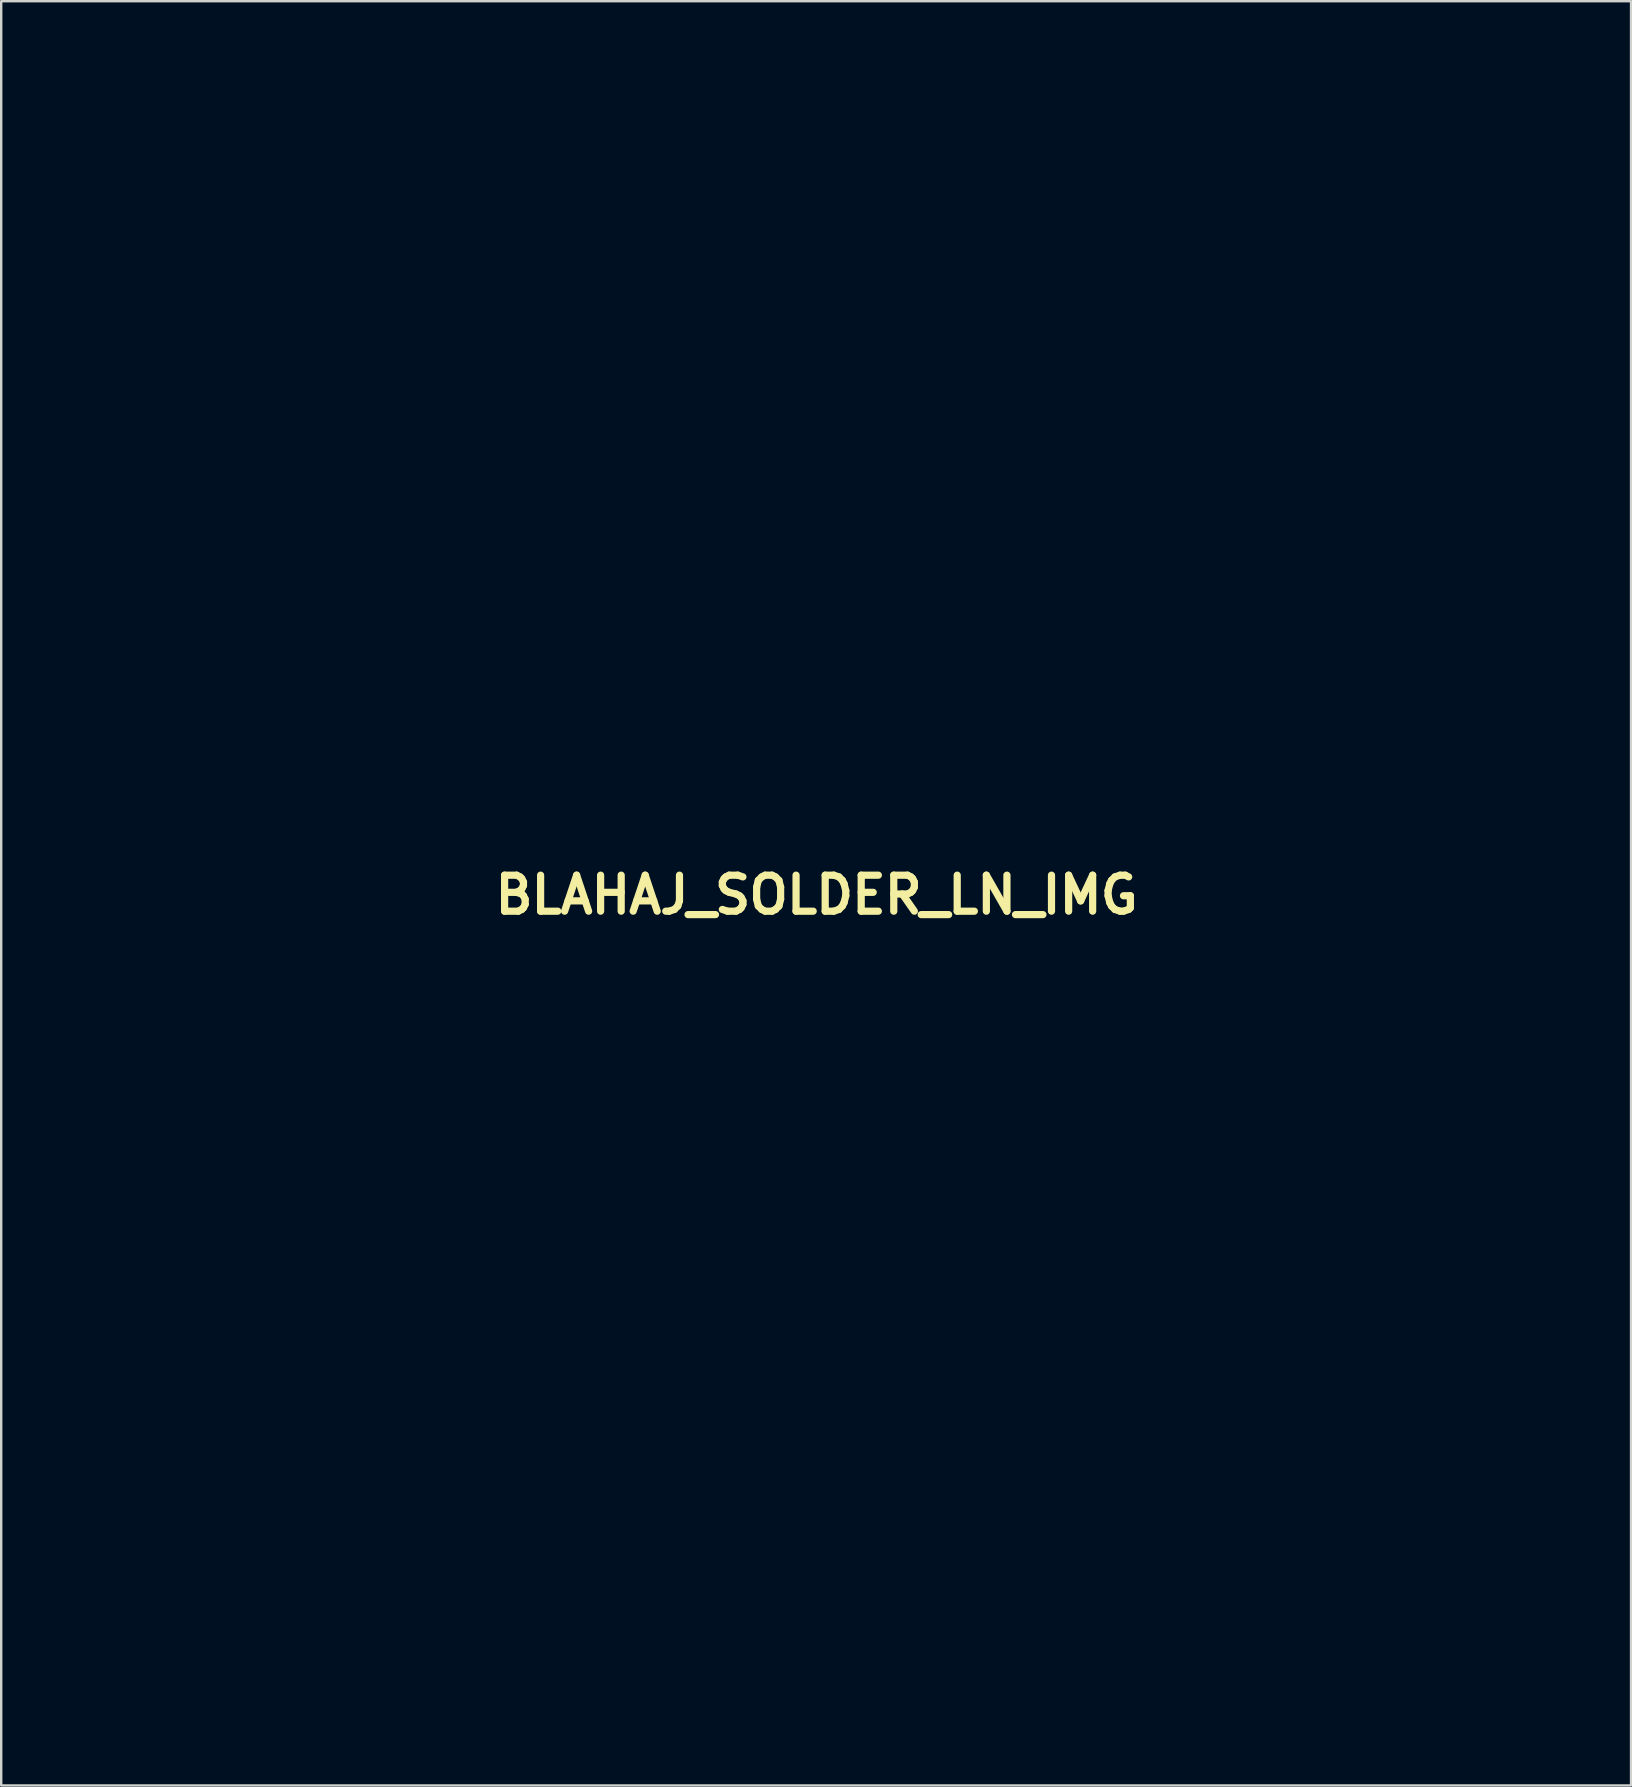
<source format=kicad_pcb>
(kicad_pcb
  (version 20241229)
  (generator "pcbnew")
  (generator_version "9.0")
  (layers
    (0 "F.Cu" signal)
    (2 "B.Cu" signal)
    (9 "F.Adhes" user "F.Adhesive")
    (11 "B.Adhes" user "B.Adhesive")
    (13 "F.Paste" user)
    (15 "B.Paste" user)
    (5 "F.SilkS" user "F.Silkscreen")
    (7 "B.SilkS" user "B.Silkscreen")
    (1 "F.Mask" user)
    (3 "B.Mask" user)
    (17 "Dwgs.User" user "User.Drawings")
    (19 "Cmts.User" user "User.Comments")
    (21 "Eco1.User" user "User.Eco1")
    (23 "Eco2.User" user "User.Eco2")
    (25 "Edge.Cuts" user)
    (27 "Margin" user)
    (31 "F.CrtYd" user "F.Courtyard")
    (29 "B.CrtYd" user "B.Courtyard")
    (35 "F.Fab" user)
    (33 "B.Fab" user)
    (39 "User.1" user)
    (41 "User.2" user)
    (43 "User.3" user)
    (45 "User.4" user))
  (footprint "BLAHAJ_SOLDER_LN_IMG"
    (layer "F.Cu")
    (at 30.974 34.235)
    (property "Reference" "BLAHAJ_SOLDER_LN_IMG" (at 0 0 0) (layer "F.SilkS") (effects (font (size 1.5 1.5) (thickness 0.3))))
    (attr board_only exclude_from_pos_files exclude_from_bom)
    (fp_poly (pts (xy 16.42 -23.613) (xy 16.72 -23.401) (xy 16.88 -23.188) (xy 17.005 -22.818) (xy 17.01 -22.357) (xy 16.9 -21.831) (xy 16.681 -21.263) (xy 16.357 -20.678) (xy 16.348 -20.664) (xy 16.11 -20.336) (xy 15.868 -20.11) (xy 15.572 -19.933) (xy 15.29 -19.801) (xy 15.084 -19.739) (xy 14.883 -19.734) (xy 14.647 -19.77) (xy 14.314 -19.912) (xy 14.053 -20.191) (xy 13.878 -20.584) (xy 13.803 -21.07) (xy 13.801 -21.17) (xy 13.836 -21.476) (xy 14.415 -21.476) (xy 14.457 -21.348) (xy 14.599 -21.248) (xy 14.664 -21.214) (xy 14.899 -21.14) (xy 15.192 -21.111) (xy 15.487 -21.123) (xy 15.725 -21.176) (xy 15.844 -21.256) (xy 15.898 -21.421) (xy 15.942 -21.685) (xy 15.97 -21.979) (xy 15.974 -22.234) (xy 15.955 -22.367) (xy 15.851 -22.49) (xy 15.781 -22.512) (xy 15.675 -22.561) (xy 15.663 -22.597) (xy 15.595 -22.669) (xy 15.421 -22.676) (xy 15.193 -22.624) (xy 14.957 -22.52) (xy 14.931 -22.504) (xy 14.699 -22.333) (xy 14.558 -22.141) (xy 14.472 -21.867) (xy 14.441 -21.701) (xy 14.415 -21.476) (xy 13.836 -21.476) (xy 13.86 -21.68) (xy 14.02 -22.159) (xy 14.264 -22.595) (xy 14.572 -22.975) (xy 14.925 -23.288) (xy 15.306 -23.52) (xy 15.694 -23.66) (xy 16.072 -23.695)) (stroke (width 0) (type solid)) (fill yes) (layer "F.Mask"))
    (fp_poly (pts (xy 23.059 -34.18) (xy 23.574 -34.01) (xy 24.095 -33.713) (xy 24.64 -33.276) (xy 25.094 -32.836) (xy 25.219 -32.704) (xy 25.356 -32.553) (xy 25.516 -32.369) (xy 25.712 -32.138) (xy 25.955 -31.845) (xy 26.257 -31.476) (xy 26.63 -31.017) (xy 27.086 -30.454) (xy 27.607 -29.808) (xy 28.17 -29.001) (xy 28.689 -28.03) (xy 29.164 -26.897) (xy 29.595 -25.601) (xy 29.98 -24.144) (xy 30.322 -22.526) (xy 30.472 -21.679) (xy 30.612 -20.811) (xy 30.721 -20.063) (xy 30.802 -19.388) (xy 30.86 -18.741) (xy 30.898 -18.075) (xy 30.92 -17.344) (xy 30.931 -16.501) (xy 30.932 -16.31) (xy 30.932 -15.561) (xy 30.925 -14.949) (xy 30.905 -14.44) (xy 30.87 -14.002) (xy 30.817 -13.601) (xy 30.743 -13.205) (xy 30.643 -12.78) (xy 30.557 -12.445) (xy 30.368 -11.733) (xy 30.212 -11.142) (xy 30.078 -10.633) (xy 29.954 -10.162) (xy 29.83 -9.689) (xy 29.694 -9.171) (xy 29.64 -8.962) (xy 29.304 -7.752) (xy 28.907 -6.456) (xy 28.463 -5.114) (xy 27.988 -3.766) (xy 27.495 -2.453) (xy 26.998 -1.213) (xy 26.512 -0.088) (xy 26.358 0.247) (xy 26.17 0.659) (xy 26.05 0.947) (xy 25.989 1.139) (xy 25.979 1.261) (xy 26.012 1.341) (xy 26.02 1.352) (xy 26.142 1.525) (xy 26.316 1.808) (xy 26.52 2.162) (xy 26.731 2.543) (xy 26.925 2.911) (xy 27.08 3.225) (xy 27.12 3.313) (xy 27.218 3.559) (xy 27.353 3.925) (xy 27.51 4.371) (xy 27.674 4.855) (xy 27.754 5.097) (xy 28.162 6.556) (xy 28.481 8.145) (xy 28.708 9.848) (xy 28.841 11.648) (xy 28.879 13.125) (xy 28.873 13.858) (xy 28.843 14.458) (xy 28.784 14.961) (xy 28.691 15.403) (xy 28.559 15.82) (xy 28.448 16.098) (xy 28.202 16.589) (xy 27.948 16.917) (xy 27.677 17.088) (xy 27.382 17.108) (xy 27.132 17.025) (xy 26.949 16.918) (xy 26.774 16.766) (xy 26.592 16.548) (xy 26.389 16.246) (xy 26.151 15.838) (xy 25.864 15.305) (xy 25.704 14.996) (xy 25.163 13.989) (xy 24.663 13.145) (xy 24.202 12.461) (xy 23.78 11.936) (xy 23.732 11.884) (xy 23.117 11.307) (xy 22.342 10.725) (xy 21.404 10.135) (xy 20.301 9.536) (xy 20.281 9.526) (xy 19.752 9.259) (xy 19.352 9.065) (xy 19.062 8.934) (xy 18.86 8.859) (xy 18.726 8.831) (xy 18.641 8.843) (xy 18.614 8.858) (xy 18.494 8.943) (xy 18.265 9.104) (xy 17.956 9.32) (xy 17.596 9.572) (xy 17.468 9.661) (xy 17.08 9.936) (xy 16.716 10.201) (xy 16.413 10.429) (xy 16.204 10.594) (xy 16.171 10.623) (xy 15.917 10.835) (xy 15.547 11.125) (xy 15.086 11.475) (xy 14.56 11.866) (xy 13.993 12.281) (xy 13.41 12.702) (xy 12.835 13.11) (xy 12.293 13.487) (xy 11.896 13.757) (xy 11.429 14.072) (xy 10.969 14.385) (xy 10.553 14.673) (xy 10.213 14.911) (xy 10.009 15.058) (xy 9.658 15.299) (xy 9.175 15.601) (xy 8.582 15.953) (xy 7.901 16.343) (xy 7.153 16.76) (xy 6.36 17.193) (xy 5.542 17.629) (xy 4.722 18.058) (xy 3.92 18.467) (xy 3.159 18.845) (xy 2.459 19.181) (xy 1.845 19.461) (xy 0.971 19.821) (xy -0.025 20.181) (xy -1.151 20.544) (xy -2.418 20.913) (xy -3.832 21.29) (xy -5.403 21.678) (xy -6.011 21.822) (xy -6.368 21.909) (xy -6.831 22.03) (xy -7.346 22.168) (xy -7.856 22.309) (xy -7.94 22.333) (xy -8.468 22.477) (xy -9.034 22.621) (xy -9.573 22.749) (xy -10.021 22.845) (xy -10.057 22.852) (xy -10.715 22.985) (xy -11.256 23.108) (xy -11.729 23.236) (xy -12.187 23.383) (xy -12.678 23.563) (xy -12.854 23.632) (xy -13.463 23.892) (xy -14.009 24.181) (xy -14.515 24.517) (xy -15.001 24.918) (xy -15.489 25.403) (xy -16.001 25.99) (xy -16.557 26.699) (xy -16.906 27.17) (xy -17.402 27.801) (xy -18.012 28.501) (xy -18.71 29.243) (xy -19.468 30.003) (xy -20.26 30.755) (xy -21.059 31.473) (xy -21.839 32.132) (xy -22.571 32.706) (xy -23.23 33.171) (xy -23.241 33.178) (xy -23.863 33.566) (xy -24.375 33.847) (xy -24.792 34.024) (xy -25.13 34.104) (xy -25.404 34.092) (xy -25.579 34.025) (xy -25.829 33.799) (xy -26.013 33.433) (xy -26.133 32.924) (xy -26.19 32.267) (xy -26.184 31.457) (xy -26.162 31.046) (xy -26.088 30.268) (xy -25.968 29.509) (xy -25.792 28.727) (xy -25.551 27.883) (xy -25.236 26.937) (xy -25.192 26.812) (xy -24.949 26.056) (xy -24.742 25.274) (xy -24.578 24.503) (xy -24.465 23.78) (xy -24.408 23.141) (xy -24.412 22.671) (xy -24.46 22.232) (xy -24.54 21.864) (xy -24.67 21.546) (xy -24.868 21.257) (xy -25.151 20.975) (xy -25.535 20.681) (xy -26.039 20.353) (xy -26.623 20.003) (xy -27.518 19.469) (xy -28.274 18.995) (xy -28.907 18.568) (xy -29.431 18.177) (xy -29.862 17.81) (xy -30.215 17.456) (xy -30.506 17.102) (xy -30.665 16.871) (xy -30.876 16.48) (xy -30.974 16.129) (xy -30.969 16.058) (xy -30.405 16.058) (xy -30.211 16.404) (xy -30.019 16.676) (xy -29.721 17.012) (xy -29.352 17.382) (xy -28.943 17.754) (xy -28.529 18.095) (xy -28.143 18.374) (xy -28.136 18.379) (xy -27.859 18.555) (xy -27.476 18.792) (xy -27.03 19.063) (xy -26.561 19.343) (xy -26.324 19.483) (xy -25.642 19.896) (xy -25.098 20.259) (xy -24.676 20.594) (xy -24.359 20.923) (xy -24.132 21.268) (xy -23.979 21.65) (xy -23.884 22.091) (xy -23.831 22.612) (xy -23.816 22.894) (xy -23.823 23.769) (xy -23.924 24.689) (xy -24.122 25.68) (xy -24.423 26.765) (xy -24.602 27.32) (xy -24.855 28.089) (xy -25.051 28.739) (xy -25.199 29.306) (xy -25.306 29.829) (xy -25.38 30.346) (xy -25.428 30.893) (xy -25.458 31.508) (xy -25.459 31.525) (xy -25.474 32.182) (xy -25.464 32.686) (xy -25.428 33.052) (xy -25.362 33.295) (xy -25.263 33.429) (xy -25.131 33.47) (xy -24.977 33.432) (xy -24.724 33.331) (xy -24.422 33.187) (xy -24.354 33.152) (xy -23.815 32.837) (xy -23.219 32.425) (xy -22.552 31.907) (xy -21.804 31.273) (xy -21.064 30.609) (xy -20.114 29.711) (xy -19.275 28.858) (xy -18.51 28.009) (xy -17.783 27.125) (xy -17.332 26.539) (xy -16.984 26.087) (xy -16.615 25.627) (xy -16.258 25.2) (xy -15.947 24.847) (xy -15.809 24.7) (xy -15.486 24.383) (xy -15.197 24.141) (xy -14.887 23.937) (xy -14.498 23.728) (xy -14.302 23.631) (xy -13.629 23.311) (xy -13.057 23.057) (xy -12.538 22.852) (xy -12.026 22.681) (xy -11.474 22.528) (xy -10.837 22.376) (xy -10.268 22.253) (xy -9.721 22.131) (xy -9.123 21.988) (xy -8.547 21.842) (xy -8.067 21.71) (xy -7.713 21.611) (xy -7.229 21.48) (xy -6.648 21.326) (xy -6.004 21.158) (xy -5.33 20.984) (xy -4.699 20.823) (xy -3.916 20.621) (xy -3.157 20.415) (xy -2.437 20.211) (xy -1.771 20.014) (xy -1.175 19.828) (xy -0.664 19.659) (xy -0.253 19.511) (xy 0.041 19.391) (xy 0.204 19.301) (xy 0.22 19.248) (xy 0.212 19.245) (xy -0.421 18.984) (xy -0.894 18.693) (xy -1.213 18.366) (xy -1.387 17.994) (xy -1.414 17.853) (xy -1.417 17.616) (xy -0.835 17.616) (xy -0.794 17.948) (xy -0.711 18.104) (xy -0.392 18.354) (xy 0.058 18.557) (xy 0.508 18.678) (xy 0.878 18.753) (xy 1.119 18.8) (xy 1.269 18.827) (xy 1.365 18.841) (xy 1.445 18.848) (xy 1.457 18.849) (xy 1.563 18.814) (xy 1.802 18.71) (xy 2.157 18.545) (xy 2.609 18.328) (xy 3.141 18.068) (xy 3.736 17.772) (xy 4.376 17.45) (xy 4.42 17.427) (xy 5.427 16.914) (xy 6.296 16.469) (xy 7.04 16.082) (xy 7.674 15.748) (xy 8.211 15.458) (xy 8.665 15.204) (xy 9.051 14.98) (xy 9.382 14.777) (xy 9.672 14.588) (xy 9.83 14.48) (xy 10.148 14.263) (xy 10.559 13.988) (xy 11.016 13.689) (xy 11.469 13.396) (xy 11.55 13.345) (xy 12.04 13.025) (xy 12.602 12.643) (xy 13.208 12.222) (xy 13.826 11.782) (xy 14.428 11.345) (xy 14.982 10.934) (xy 15.46 10.569) (xy 15.83 10.272) (xy 15.875 10.234) (xy 16.204 9.963) (xy 16.562 9.678) (xy 16.849 9.459) (xy 17.165 9.218) (xy 17.494 8.959) (xy 17.693 8.795) (xy 17.932 8.607) (xy 18.143 8.463) (xy 18.244 8.409) (xy 18.247 8.407) (xy 19.22 8.407) (xy 19.294 8.455) (xy 19.497 8.558) (xy 19.803 8.704) (xy 20.187 8.88) (xy 20.465 9.005) (xy 21.379 9.438) (xy 22.163 9.872) (xy 22.854 10.331) (xy 23.488 10.841) (xy 24.052 11.373) (xy 24.483 11.837) (xy 24.884 12.334) (xy 25.272 12.89) (xy 25.664 13.533) (xy 26.078 14.289) (xy 26.458 15.036) (xy 26.767 15.627) (xy 27.035 16.066) (xy 27.259 16.349) (xy 27.436 16.474) (xy 27.477 16.48) (xy 27.568 16.411) (xy 27.699 16.234) (xy 27.791 16.077) (xy 27.986 15.673) (xy 28.134 15.255) (xy 28.24 14.799) (xy 28.307 14.279) (xy 28.336 13.671) (xy 28.332 12.951) (xy 28.296 12.094) (xy 28.282 11.851) (xy 28.183 10.606) (xy 28.033 9.36) (xy 27.838 8.137) (xy 27.604 6.96) (xy 27.335 5.852) (xy 27.038 4.838) (xy 26.717 3.942) (xy 26.377 3.187) (xy 26.31 3.058) (xy 26.13 2.725) (xy 25.963 2.415) (xy 25.839 2.184) (xy 25.82 2.148) (xy 25.675 1.875) (xy 24.403 3.295) (xy 23.521 4.256) (xy 22.601 5.213) (xy 21.677 6.132) (xy 20.785 6.978) (xy 20.045 7.643) (xy 19.736 7.915) (xy 19.48 8.147) (xy 19.3 8.317) (xy 19.222 8.402) (xy 19.22 8.407) (xy 18.247 8.407) (xy 18.368 8.329) (xy 18.589 8.158) (xy 18.877 7.919) (xy 19.205 7.635) (xy 19.289 7.561) (xy 19.983 6.927) (xy 20.688 6.26) (xy 21.391 5.574) (xy 22.079 4.883) (xy 22.736 4.202) (xy 23.351 3.545) (xy 23.91 2.926) (xy 24.398 2.361) (xy 24.804 1.863) (xy 25.112 1.447) (xy 25.311 1.127) (xy 25.333 1.082) (xy 25.736 0.199) (xy 26.156 -0.781) (xy 26.583 -1.828) (xy 27.006 -2.911) (xy 27.414 -4.002) (xy 27.795 -5.07) (xy 28.14 -6.086) (xy 28.435 -7.02) (xy 28.672 -7.843) (xy 28.742 -8.113) (xy 28.844 -8.502) (xy 28.982 -9) (xy 29.141 -9.552) (xy 29.304 -10.104) (xy 29.369 -10.321) (xy 29.517 -10.812) (xy 29.655 -11.279) (xy 29.772 -11.684) (xy 29.857 -11.989) (xy 29.887 -12.105) (xy 29.958 -12.388) (xy 30.056 -12.765) (xy 30.162 -13.17) (xy 30.193 -13.29) (xy 30.294 -13.736) (xy 30.365 -14.19) (xy 30.395 -14.57) (xy 30.395 -14.602) (xy 30.395 -15.153) (xy 29.574 -15.951) (xy 29.242 -16.263) (xy 28.925 -16.543) (xy 28.656 -16.762) (xy 28.469 -16.893) (xy 28.452 -16.902) (xy 28.049 -17.091) (xy 27.601 -17.275) (xy 27.154 -17.439) (xy 26.756 -17.565) (xy 26.455 -17.635) (xy 26.416 -17.641) (xy 26.12 -17.646) (xy 25.702 -17.616) (xy 25.208 -17.557) (xy 24.679 -17.477) (xy 24.159 -17.382) (xy 23.692 -17.279) (xy 23.321 -17.175) (xy 23.2 -17.131) (xy 22.747 -16.916) (xy 22.193 -16.603) (xy 21.567 -16.207) (xy 20.892 -15.744) (xy 20.465 -15.434) (xy 19.914 -15.04) (xy 19.469 -14.76) (xy 19.114 -14.588) (xy 18.835 -14.518) (xy 18.618 -14.545) (xy 18.446 -14.663) (xy 18.434 -14.675) (xy 18.303 -14.857) (xy 18.222 -15.075) (xy 18.208 -15.181) (xy 18.731 -15.181) (xy 18.741 -14.999) (xy 18.757 -14.951) (xy 18.857 -14.986) (xy 19.041 -15.073) (xy 19.075 -15.09) (xy 19.265 -15.204) (xy 19.54 -15.39) (xy 19.853 -15.615) (xy 19.981 -15.711) (xy 20.755 -16.285) (xy 21.432 -16.754) (xy 22.04 -17.131) (xy 22.604 -17.428) (xy 23.15 -17.658) (xy 23.705 -17.833) (xy 24.295 -17.968) (xy 24.786 -18.05) (xy 25.473 -18.14) (xy 26.04 -18.179) (xy 26.529 -18.167) (xy 26.982 -18.101) (xy 27.443 -17.978) (xy 27.722 -17.882) (xy 28.196 -17.706) (xy 28.553 -17.559) (xy 28.837 -17.416) (xy 29.093 -17.25) (xy 29.365 -17.036) (xy 29.696 -16.749) (xy 29.723 -16.726) (xy 30.395 -16.131) (xy 30.395 -16.936) (xy 30.393 -17.315) (xy 30.378 -17.566) (xy 30.341 -17.731) (xy 30.273 -17.853) (xy 30.164 -17.973) (xy 30.155 -17.982) (xy 29.99 -18.169) (xy 29.883 -18.325) (xy 29.872 -18.35) (xy 29.827 -18.419) (xy 29.728 -18.425) (xy 29.532 -18.367) (xy 29.432 -18.331) (xy 29.142 -18.25) (xy 28.907 -18.259) (xy 28.692 -18.375) (xy 28.46 -18.613) (xy 28.263 -18.871) (xy 28.08 -19.114) (xy 27.935 -19.291) (xy 27.855 -19.368) (xy 27.852 -19.369) (xy 27.771 -19.311) (xy 27.623 -19.163) (xy 27.539 -19.071) (xy 27.299 -18.855) (xy 27.062 -18.78) (xy 26.801 -18.847) (xy 26.485 -19.057) (xy 26.416 -19.114) (xy 26.174 -19.294) (xy 25.957 -19.418) (xy 25.837 -19.454) (xy 25.673 -19.387) (xy 25.484 -19.215) (xy 25.437 -19.156) (xy 25.219 -18.935) (xy 25.004 -18.866) (xy 24.767 -18.951) (xy 24.486 -19.191) (xy 24.475 -19.202) (xy 24.282 -19.395) (xy 24.152 -19.485) (xy 24.033 -19.49) (xy 23.868 -19.431) (xy 23.851 -19.424) (xy 23.559 -19.236) (xy 23.277 -18.915) (xy 22.992 -18.444) (xy 22.916 -18.296) (xy 22.774 -18.048) (xy 22.636 -17.867) (xy 22.561 -17.808) (xy 22.353 -17.807) (xy 22.158 -17.927) (xy 22.057 -18.089) (xy 22.018 -18.148) (xy 21.944 -18.13) (xy 21.815 -18.019) (xy 21.612 -17.8) (xy 21.474 -17.643) (xy 21.217 -17.366) (xy 20.973 -17.135) (xy 20.78 -16.985) (xy 20.716 -16.952) (xy 20.444 -16.918) (xy 20.02 -16.953) (xy 19.854 -16.979) (xy 19.427 -17.037) (xy 19.135 -17.038) (xy 18.949 -16.979) (xy 18.845 -16.857) (xy 18.836 -16.838) (xy 18.808 -16.7) (xy 18.782 -16.452) (xy 18.76 -16.135) (xy 18.743 -15.79) (xy 18.733 -15.458) (xy 18.731 -15.181) (xy 18.208 -15.181) (xy 18.184 -15.366) (xy 18.185 -15.764) (xy 18.207 -16.14) (xy 18.329 -17.1) (xy 18.409 -17.415) (xy 18.968 -17.415) (xy 19.812 -17.415) (xy 20.656 -17.415) (xy 21.266 -18.137) (xy 21.535 -18.44) (xy 21.772 -18.677) (xy 21.949 -18.824) (xy 22.027 -18.859) (xy 22.18 -18.793) (xy 22.317 -18.647) (xy 22.455 -18.436) (xy 22.78 -18.941) (xy 23.149 -19.405) (xy 23.564 -19.736) (xy 24.003 -19.915) (xy 24.018 -19.918) (xy 24.198 -19.934) (xy 24.357 -19.88) (xy 24.554 -19.73) (xy 24.631 -19.662) (xy 24.975 -19.35) (xy 25.274 -19.613) (xy 25.554 -19.831) (xy 25.794 -19.934) (xy 26.031 -19.917) (xy 26.303 -19.779) (xy 26.646 -19.516) (xy 26.668 -19.498) (xy 27.029 -19.195) (xy 27.398 -19.537) (xy 27.635 -19.742) (xy 27.822 -19.849) (xy 27.989 -19.849) (xy 28.165 -19.732) (xy 28.379 -19.49) (xy 28.616 -19.177) (xy 28.808 -18.937) (xy 28.973 -18.762) (xy 29.078 -18.689) (xy 29.083 -18.689) (xy 29.226 -18.72) (xy 29.444 -18.796) (xy 29.493 -18.816) (xy 29.749 -18.913) (xy 29.912 -18.93) (xy 30.043 -18.865) (xy 30.141 -18.774) (xy 30.262 -18.66) (xy 30.305 -18.666) (xy 30.311 -18.77) (xy 30.299 -18.932) (xy 30.268 -19.219) (xy 30.224 -19.587) (xy 30.172 -19.995) (xy 30.117 -20.398) (xy 30.066 -20.754) (xy 30.024 -21.019) (xy 30.001 -21.131) (xy 29.929 -21.28) (xy 29.86 -21.322) (xy 29.757 -21.378) (xy 29.575 -21.526) (xy 29.349 -21.735) (xy 29.322 -21.762) (xy 28.877 -22.203) (xy 28.445 -22.102) (xy 28.122 -22.033) (xy 27.906 -22.017) (xy 27.739 -22.066) (xy 27.565 -22.191) (xy 27.428 -22.313) (xy 27.086 -22.623) (xy 26.768 -22.313) (xy 26.548 -22.12) (xy 26.353 -22.028) (xy 26.107 -22.002) (xy 26.066 -22.002) (xy 25.74 -22.029) (xy 25.382 -22.097) (xy 25.265 -22.129) (xy 24.984 -22.212) (xy 24.825 -22.239) (xy 24.747 -22.199) (xy 24.708 -22.079) (xy 24.688 -21.971) (xy 24.603 -21.694) (xy 24.453 -21.513) (xy 24.216 -21.416) (xy 23.867 -21.396) (xy 23.383 -21.443) (xy 23.363 -21.446) (xy 23.08 -21.477) (xy 22.898 -21.461) (xy 22.753 -21.387) (xy 22.66 -21.311) (xy 22.454 -21.038) (xy 22.343 -20.728) (xy 22.261 -20.444) (xy 22.159 -20.2) (xy 22.127 -20.144) (xy 22.042 -20.035) (xy 21.938 -19.981) (xy 21.766 -19.971) (xy 21.478 -19.995) (xy 21.456 -19.997) (xy 20.917 -20.052) (xy 20.619 -19.459) (xy 20.344 -18.983) (xy 20.052 -18.608) (xy 19.765 -18.357) (xy 19.5 -18.249) (xy 19.5 -18.249) (xy 19.344 -18.202) (xy 19.231 -18.078) (xy 19.123 -17.833) (xy 19.117 -17.818) (xy 18.968 -17.415) (xy 18.409 -17.415) (xy 18.563 -18.025) (xy 18.836 -18.732) (xy 19.452 -18.732) (xy 19.472 -18.65) (xy 19.509 -18.655) (xy 19.628 -18.75) (xy 19.784 -18.934) (xy 19.841 -19.014) (xy 19.988 -19.255) (xy 20.165 -19.578) (xy 20.321 -19.892) (xy 20.5 -20.232) (xy 20.671 -20.434) (xy 20.875 -20.521) (xy 21.156 -20.517) (xy 21.37 -20.483) (xy 21.761 -20.41) (xy 21.897 -20.887) (xy 22.053 -21.307) (xy 22.262 -21.598) (xy 22.558 -21.803) (xy 22.736 -21.88) (xy 22.978 -21.957) (xy 23.2 -21.974) (xy 23.48 -21.937) (xy 23.586 -21.916) (xy 23.866 -21.863) (xy 24.031 -21.856) (xy 24.128 -21.899) (xy 24.188 -21.967) (xy 24.279 -22.15) (xy 24.299 -22.254) (xy 24.346 -22.421) (xy 24.437 -22.586) (xy 24.592 -22.73) (xy 24.795 -22.737) (xy 24.797 -22.737) (xy 24.992 -22.696) (xy 25.288 -22.633) (xy 25.61 -22.565) (xy 26.201 -22.44) (xy 26.601 -22.816) (xy 26.82 -23.009) (xy 26.995 -23.145) (xy 27.085 -23.191) (xy 27.188 -23.139) (xy 27.374 -23.004) (xy 27.565 -22.847) (xy 27.791 -22.672) (xy 27.979 -22.565) (xy 28.077 -22.546) (xy 28.225 -22.583) (xy 28.47 -22.626) (xy 28.609 -22.646) (xy 28.833 -22.67) (xy 28.992 -22.654) (xy 29.141 -22.576) (xy 29.332 -22.414) (xy 29.464 -22.291) (xy 29.902 -21.88) (xy 29.846 -22.217) (xy 29.802 -22.458) (xy 29.765 -22.632) (xy 29.758 -22.655) (xy 29.664 -22.769) (xy 29.454 -22.939) (xy 29.164 -23.141) (xy 28.828 -23.355) (xy 28.482 -23.558) (xy 28.161 -23.729) (xy 27.9 -23.844) (xy 27.798 -23.876) (xy 27.434 -23.918) (xy 26.945 -23.915) (xy 26.367 -23.872) (xy 25.738 -23.793) (xy 25.093 -23.683) (xy 24.47 -23.547) (xy 23.905 -23.389) (xy 23.812 -23.359) (xy 22.99 -23.001) (xy 22.214 -22.492) (xy 21.479 -21.828) (xy 20.781 -21.005) (xy 20.116 -20.02) (xy 19.973 -19.779) (xy 19.703 -19.298) (xy 19.529 -18.949) (xy 19.452 -18.732) (xy 18.836 -18.732) (xy 18.918 -18.944) (xy 19.406 -19.887) (xy 19.902 -20.681) (xy 20.592 -21.618) (xy 21.319 -22.406) (xy 22.1 -23.052) (xy 22.949 -23.565) (xy 23.883 -23.954) (xy 24.916 -24.226) (xy 26.064 -24.39) (xy 26.884 -24.442) (xy 27.358 -24.459) (xy 27.698 -24.464) (xy 27.942 -24.454) (xy 28.123 -24.425) (xy 28.279 -24.373) (xy 28.446 -24.295) (xy 28.493 -24.271) (xy 28.796 -24.101) (xy 29.09 -23.917) (xy 29.204 -23.836) (xy 29.388 -23.71) (xy 29.508 -23.65) (xy 29.528 -23.652) (xy 29.526 -23.749) (xy 29.484 -23.977) (xy 29.411 -24.304) (xy 29.314 -24.699) (xy 29.201 -25.128) (xy 29.08 -25.56) (xy 28.96 -25.964) (xy 28.877 -26.22) (xy 28.597 -26.982) (xy 28.28 -27.718) (xy 27.94 -28.401) (xy 27.592 -29.001) (xy 27.253 -29.491) (xy 26.952 -29.828) (xy 26.712 -30.051) (xy 25.99 -29.87) (xy 25.622 -29.767) (xy 25.302 -29.643) (xy 24.977 -29.475) (xy 24.592 -29.235) (xy 24.424 -29.123) (xy 23.563 -28.491) (xy 22.686 -27.748) (xy 21.817 -26.921) (xy 20.983 -26.04) (xy 20.211 -25.132) (xy 19.527 -24.226) (xy 18.956 -23.351) (xy 18.725 -22.941) (xy 18.582 -22.65) (xy 18.386 -22.223) (xy 18.147 -21.681) (xy 17.875 -21.048) (xy 17.578 -20.344) (xy 17.265 -19.591) (xy 16.946 -18.813) (xy 16.63 -18.03) (xy 16.326 -17.265) (xy 16.086 -16.648) (xy 15.379 -14.733) (xy 14.777 -12.923) (xy 14.281 -11.223) (xy 13.892 -9.64) (xy 13.613 -8.178) (xy 13.596 -8.07) (xy 13.544 -7.621) (xy 13.503 -7.035) (xy 13.474 -6.344) (xy 13.456 -5.582) (xy 13.452 -4.781) (xy 13.46 -3.973) (xy 13.483 -3.193) (xy 13.5 -2.803) (xy 13.523 -1.784) (xy 13.494 -0.672) (xy 13.419 0.466) (xy 13.3 1.561) (xy 13.203 2.209) (xy 13.096 2.748) (xy 12.948 3.364) (xy 12.77 4.014) (xy 12.575 4.657) (xy 12.376 5.251) (xy 12.186 5.755) (xy 12.043 6.074) (xy 11.771 6.556) (xy 11.451 7.032) (xy 11.104 7.475) (xy 10.755 7.858) (xy 10.426 8.154) (xy 10.141 8.337) (xy 10.042 8.373) (xy 9.632 8.394) (xy 9.237 8.247) (xy 8.853 7.932) (xy 8.616 7.645) (xy 8.468 7.4) (xy 8.281 7.021) (xy 8.066 6.536) (xy 7.835 5.973) (xy 7.599 5.361) (xy 7.37 4.726) (xy 7.19 4.192) (xy 6.826 3.074) (xy 6.643 3.525) (xy 6.525 3.791) (xy 6.371 4.087) (xy 6.17 4.431) (xy 5.912 4.838) (xy 5.585 5.326) (xy 5.179 5.914) (xy 4.682 6.617) (xy 4.615 6.711) (xy 4.26 7.216) (xy 3.912 7.723) (xy 3.592 8.202) (xy 3.323 8.618) (xy 3.125 8.938) (xy 3.087 9.005) (xy 2.876 9.375) (xy 2.616 9.832) (xy 2.341 10.312) (xy 2.115 10.704) (xy 1.726 11.393) (xy 1.331 12.124) (xy 0.941 12.87) (xy 0.57 13.603) (xy 0.233 14.298) (xy -0.06 14.927) (xy -0.293 15.464) (xy -0.454 15.883) (xy -0.46 15.901) (xy -0.667 16.581) (xy -0.792 17.156) (xy -0.835 17.616) (xy -1.417 17.616) (xy -1.419 17.386) (xy -1.329 16.804) (xy -1.151 16.124) (xy -0.892 15.369) (xy -0.557 14.557) (xy -0.155 13.709) (xy 0.039 13.337) (xy 0.289 12.868) (xy 0.531 12.414) (xy 0.746 12.011) (xy 0.913 11.697) (xy 0.99 11.553) (xy 1.64 10.377) (xy 2.354 9.163) (xy 3.098 7.966) (xy 3.84 6.839) (xy 4.308 6.165) (xy 4.9 5.317) (xy 5.385 4.585) (xy 5.768 3.959) (xy 6.054 3.428) (xy 6.251 2.983) (xy 6.354 2.656) (xy 6.474 2.354) (xy 6.648 2.188) (xy 6.856 2.171) (xy 6.931 2.202) (xy 7.004 2.25) (xy 7.069 2.322) (xy 7.137 2.441) (xy 7.217 2.631) (xy 7.318 2.915) (xy 7.451 3.315) (xy 7.622 3.847) (xy 7.881 4.619) (xy 8.147 5.349) (xy 8.413 6.015) (xy 8.668 6.597) (xy 8.904 7.072) (xy 9.11 7.42) (xy 9.23 7.572) (xy 9.486 7.8) (xy 9.718 7.894) (xy 9.957 7.85) (xy 10.237 7.667) (xy 10.431 7.497) (xy 10.892 7.005) (xy 11.289 6.437) (xy 11.64 5.766) (xy 11.96 4.961) (xy 12.049 4.702) (xy 12.315 3.85) (xy 12.526 3.045) (xy 12.689 2.252) (xy 12.807 1.436) (xy 12.886 0.563) (xy 12.93 -0.402) (xy 12.944 -1.493) (xy 12.944 -1.741) (xy 12.939 -2.886) (xy 12.936 -3.873) (xy 12.933 -4.718) (xy 12.932 -5.434) (xy 12.932 -6.034) (xy 12.935 -6.531) (xy 12.939 -6.94) (xy 12.947 -7.273) (xy 12.957 -7.545) (xy 12.97 -7.768) (xy 12.987 -7.957) (xy 13.008 -8.124) (xy 13.034 -8.284) (xy 13.063 -8.449) (xy 13.098 -8.634) (xy 13.112 -8.707) (xy 13.331 -9.808) (xy 13.583 -10.904) (xy 13.874 -12.012) (xy 14.21 -13.152) (xy 14.596 -14.342) (xy 15.039 -15.6) (xy 15.545 -16.944) (xy 16.119 -18.393) (xy 16.769 -19.965) (xy 17.026 -20.573) (xy 17.45 -21.555) (xy 17.836 -22.402) (xy 18.2 -23.14) (xy 18.559 -23.794) (xy 18.929 -24.39) (xy 19.328 -24.953) (xy 19.772 -25.51) (xy 20.278 -26.085) (xy 20.864 -26.705) (xy 21.419 -27.269) (xy 22.224 -28.054) (xy 22.945 -28.707) (xy 23.594 -29.237) (xy 24.183 -29.652) (xy 24.725 -29.961) (xy 25.23 -30.17) (xy 25.713 -30.29) (xy 25.907 -30.315) (xy 26.49 -30.37) (xy 25.85 -31.204) (xy 25.24 -31.962) (xy 24.683 -32.57) (xy 24.169 -33.037) (xy 23.687 -33.371) (xy 23.227 -33.58) (xy 22.778 -33.672) (xy 22.646 -33.678) (xy 22.476 -33.672) (xy 22.302 -33.643) (xy 22.096 -33.581) (xy 21.833 -33.476) (xy 21.488 -33.32) (xy 21.034 -33.1) (xy 20.695 -32.933) (xy 19.842 -32.495) (xy 19.071 -32.067) (xy 18.357 -31.628) (xy 17.673 -31.159) (xy 16.99 -30.64) (xy 16.282 -30.051) (xy 15.522 -29.373) (xy 14.683 -28.586) (xy 14.613 -28.52) (xy 14.18 -28.099) (xy 13.661 -27.585) (xy 13.074 -26.995) (xy 12.437 -26.348) (xy 11.768 -25.664) (xy 11.086 -24.961) (xy 10.408 -24.258) (xy 9.754 -23.574) (xy 9.14 -22.927) (xy 8.586 -22.337) (xy 8.109 -21.822) (xy 7.728 -21.402) (xy 7.62 -21.28) (xy 6.86 -20.388) (xy 6.063 -19.407) (xy 5.273 -18.394) (xy 4.536 -17.406) (xy 4.208 -16.949) (xy 3.513 -15.989) (xy 2.885 -15.17) (xy 2.313 -14.482) (xy 1.788 -13.913) (xy 1.302 -13.454) (xy 0.888 -13.124) (xy 0.414 -12.813) (xy -0.192 -12.464) (xy -0.902 -12.093) (xy -1.687 -11.713) (xy -2.519 -11.339) (xy -2.887 -11.183) (xy -3.586 -10.884) (xy -4.3 -10.567) (xy -5.001 -10.244) (xy -5.665 -9.927) (xy -6.264 -9.63) (xy -6.773 -9.364) (xy -7.166 -9.142) (xy -7.325 -9.043) (xy -7.735 -8.744) (xy -8.156 -8.39) (xy -8.568 -8.005) (xy -8.949 -7.611) (xy -9.278 -7.233) (xy -9.532 -6.892) (xy -9.692 -6.612) (xy -9.737 -6.442) (xy -9.706 -6.341) (xy -9.601 -6.24) (xy -9.405 -6.13) (xy -9.098 -6.002) (xy -8.662 -5.847) (xy -8.143 -5.676) (xy -7.3 -5.383) (xy -6.618 -5.089) (xy -6.088 -4.788) (xy -5.701 -4.471) (xy -5.449 -4.131) (xy -5.324 -3.758) (xy -5.317 -3.344) (xy -5.376 -3.029) (xy -5.437 -2.814) (xy -5.51 -2.6) (xy -5.606 -2.368) (xy -5.734 -2.1) (xy -5.903 -1.777) (xy -6.124 -1.38) (xy -6.406 -0.892) (xy -6.759 -0.293) (xy -7.11 0.297) (xy -7.837 1.531) (xy -8.551 2.771) (xy -9.236 3.99) (xy -9.879 5.161) (xy -10.462 6.256) (xy -10.973 7.248) (xy -11.15 7.603) (xy -11.587 8.455) (xy -12.065 9.329) (xy -12.563 10.188) (xy -13.058 10.996) (xy -13.53 11.715) (xy -13.91 12.248) (xy -14.573 13.037) (xy -15.276 13.696) (xy -16 14.209) (xy -16.233 14.34) (xy -16.584 14.516) (xy -16.851 14.625) (xy -17.1 14.684) (xy -17.395 14.71) (xy -17.628 14.718) (xy -18 14.718) (xy -18.492 14.703) (xy -19.065 14.677) (xy -19.68 14.641) (xy -20.298 14.6) (xy -20.879 14.554) (xy -21.384 14.506) (xy -21.775 14.46) (xy -21.886 14.443) (xy -22.171 14.412) (xy -22.59 14.388) (xy -23.109 14.372) (xy -23.693 14.362) (xy -24.309 14.36) (xy -24.921 14.365) (xy -25.494 14.377) (xy -25.995 14.397) (xy -26.389 14.423) (xy -26.585 14.446) (xy -27.044 14.541) (xy -27.568 14.686) (xy -28.123 14.866) (xy -28.676 15.069) (xy -29.194 15.282) (xy -29.643 15.493) (xy -29.99 15.688) (xy -30.186 15.838) (xy -30.405 16.058) (xy -30.969 16.058) (xy -30.951 15.807) (xy -30.8 15.509) (xy -30.515 15.225) (xy -30.087 14.948) (xy -29.511 14.67) (xy -28.778 14.384) (xy -28.236 14.196) (xy -27.77 14.052) (xy -27.286 13.921) (xy -26.847 13.819) (xy -26.558 13.767) (xy -25.993 13.713) (xy -25.301 13.683) (xy -24.526 13.677) (xy -23.707 13.694) (xy -22.888 13.733) (xy -22.11 13.794) (xy -21.632 13.847) (xy -21.135 13.906) (xy -20.662 13.956) (xy -20.255 13.993) (xy -19.954 14.013) (xy -19.857 14.016) (xy -19.593 14.028) (xy -19.219 14.063) (xy -18.791 14.114) (xy -18.484 14.157) (xy -18.066 14.217) (xy -17.773 14.25) (xy -17.563 14.255) (xy -17.393 14.232) (xy -17.222 14.18) (xy -17.129 14.147) (xy -16.3 13.751) (xy -15.53 13.201) (xy -14.813 12.494) (xy -14.294 11.839) (xy -13.761 11.052) (xy -13.189 10.129) (xy -12.594 9.095) (xy -11.99 7.973) (xy -11.519 7.051) (xy -11.21 6.438) (xy -10.874 5.786) (xy -10.534 5.139) (xy -10.216 4.543) (xy -9.942 4.044) (xy -9.889 3.95) (xy -9.635 3.499) (xy -9.396 3.07) (xy -9.191 2.697) (xy -9.038 2.415) (xy -8.975 2.294) (xy -8.875 2.114) (xy -8.702 1.816) (xy -8.468 1.425) (xy -8.19 0.965) (xy -7.882 0.463) (xy -7.675 0.127) (xy -7.193 -0.656) (xy -6.798 -1.313) (xy -6.483 -1.858) (xy -6.24 -2.304) (xy -6.062 -2.666) (xy -5.941 -2.959) (xy -5.871 -3.197) (xy -5.843 -3.393) (xy -5.842 -3.437) (xy -5.873 -3.719) (xy -5.974 -3.968) (xy -6.162 -4.195) (xy -6.451 -4.41) (xy -6.855 -4.624) (xy -7.39 -4.847) (xy -8.071 -5.088) (xy -8.367 -5.186) (xy -8.981 -5.393) (xy -9.449 -5.571) (xy -9.79 -5.732) (xy -10.021 -5.888) (xy -10.162 -6.052) (xy -10.23 -6.234) (xy -10.245 -6.406) (xy -10.165 -6.836) (xy -9.93 -7.317) (xy -9.542 -7.846) (xy -9.004 -8.418) (xy -8.32 -9.028) (xy -8.175 -9.147) (xy -7.728 -9.469) (xy -7.13 -9.834) (xy -6.393 -10.234) (xy -5.53 -10.665) (xy -4.552 -11.12) (xy -3.471 -11.594) (xy -3.26 -11.683) (xy -2.295 -12.098) (xy -1.46 -12.484) (xy -0.732 -12.857) (xy -0.09 -13.236) (xy 0.488 -13.638) (xy 1.025 -14.083) (xy 1.543 -14.586) (xy 2.063 -15.168) (xy 2.608 -15.845) (xy 3.199 -16.635) (xy 3.729 -17.372) (xy 4.26 -18.109) (xy 4.779 -18.807) (xy 5.302 -19.481) (xy 5.844 -20.151) (xy 6.419 -20.833) (xy 7.042 -21.545) (xy 7.728 -22.303) (xy 8.493 -23.126) (xy 9.35 -24.03) (xy 10.316 -25.032) (xy 10.343 -25.06) (xy 11.399 -26.147) (xy 12.353 -27.119) (xy 13.215 -27.984) (xy 13.996 -28.752) (xy 14.708 -29.432) (xy 15.363 -30.034) (xy 15.971 -30.566) (xy 16.545 -31.039) (xy 17.094 -31.462) (xy 17.632 -31.844) (xy 18.169 -32.194) (xy 18.716 -32.521) (xy 19.285 -32.836) (xy 19.887 -33.148) (xy 20.534 -33.465) (xy 20.572 -33.483) (xy 21.138 -33.751) (xy 21.578 -33.95) (xy 21.915 -34.089) (xy 22.171 -34.177) (xy 22.37 -34.222) (xy 22.527 -34.235)) (stroke (width 0) (type solid)) (fill yes) (layer "F.Mask")))
  (gr_rect
    (start -3 -3)
    (end 64.906 71.339)
    (stroke (width 0.1) (type default))
    (fill no)
    (layer "Edge.Cuts")))
</source>
